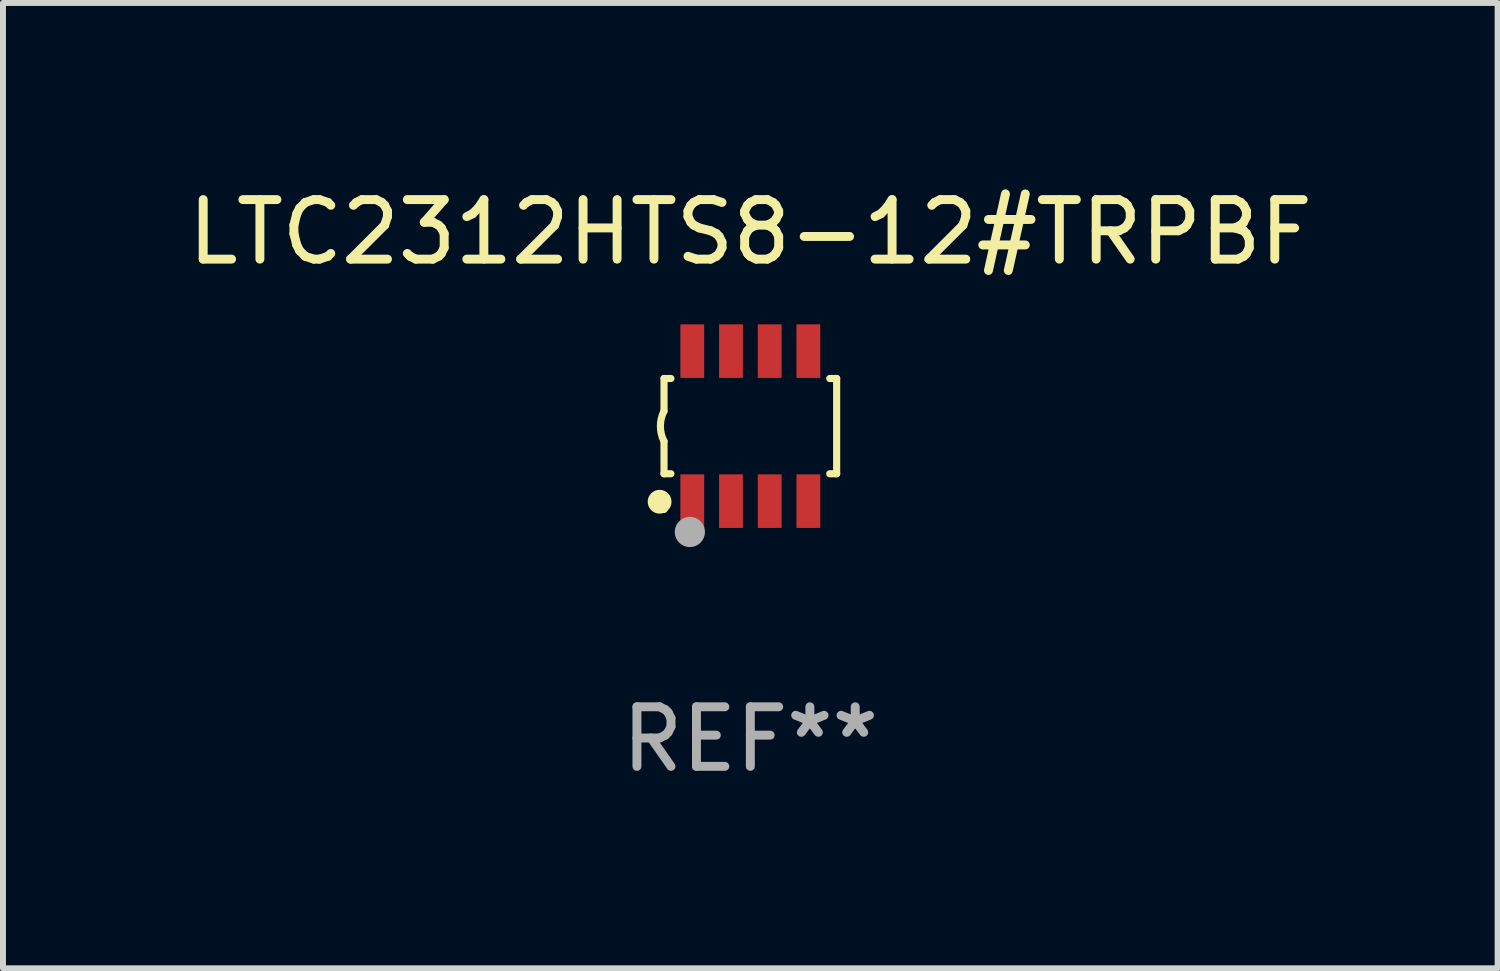
<source format=kicad_pcb>
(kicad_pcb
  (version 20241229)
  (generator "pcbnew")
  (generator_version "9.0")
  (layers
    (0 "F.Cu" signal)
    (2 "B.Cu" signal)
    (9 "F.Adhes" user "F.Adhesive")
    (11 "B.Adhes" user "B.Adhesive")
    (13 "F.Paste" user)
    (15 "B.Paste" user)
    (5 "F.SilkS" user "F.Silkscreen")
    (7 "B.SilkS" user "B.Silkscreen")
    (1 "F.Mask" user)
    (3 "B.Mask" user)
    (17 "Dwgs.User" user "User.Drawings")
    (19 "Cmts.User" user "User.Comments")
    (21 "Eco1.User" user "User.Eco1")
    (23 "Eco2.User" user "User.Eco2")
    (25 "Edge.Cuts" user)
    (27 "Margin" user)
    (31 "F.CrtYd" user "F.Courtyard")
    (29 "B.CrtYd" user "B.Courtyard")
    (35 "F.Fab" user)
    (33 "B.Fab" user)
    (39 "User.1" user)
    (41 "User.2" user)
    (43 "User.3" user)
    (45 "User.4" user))
  (footprint "LTC2312HTS8-12#TRPBF"
    (layer "F.Cu")
    (at 9.554 4.108)
    (property "Reference" "LTC2312HTS8-12#TRPBF" (at 0 -3.26 0) (layer "F.SilkS") (effects (font (size 1 1) (thickness 0.15))))
    (attr through_hole)
    (fp_line (start -1.45 -0.8) (end -1.45 -0.254) (stroke (width 0.12) (type solid)) (layer "F.SilkS"))
    (fp_line (start -1.45 -0.8) (end -1.334 -0.8) (stroke (width 0.12) (type solid)) (layer "F.SilkS"))
    (fp_line (start -1.45 0.8) (end -1.45 0.254) (stroke (width 0.12) (type solid)) (layer "F.SilkS"))
    (fp_line (start -1.45 0.8) (end -1.334 0.8) (stroke (width 0.12) (type solid)) (layer "F.SilkS"))
    (fp_line (start 1.334 -0.8) (end 1.45 -0.8) (stroke (width 0.12) (type solid)) (layer "F.SilkS"))
    (fp_line (start 1.334 0.8) (end 1.45 0.8) (stroke (width 0.12) (type solid)) (layer "F.SilkS"))
    (fp_line (start 1.45 0.8) (end 1.45 -0.8) (stroke (width 0.12) (type solid)) (layer "F.SilkS"))
    (fp_arc (start -1.45075 0.255144) (mid -1.510605 0.000434) (end -1.450013 -0.254102) (stroke (width 0.11999) (type solid)) (layer "F.SilkS"))
    (fp_circle (center -1.524 1.27) (end -1.424 1.27) (stroke (width 0.2) (type solid)) (fill no) (layer "F.SilkS"))
    (fp_circle (center -1.45 1.4) (end -1.42 1.4) (stroke (width 0.06) (type solid)) (fill no) (layer "F.SilkS"))
    (fp_circle (center -1.016 1.778) (end -0.889 1.778) (stroke (width 0.254) (type solid)) (fill no) (layer "F.Fab"))
    (fp_text user "REF**" (at 0 5.26 0) (layer "F.Fab") (effects (font (size 1 1) (thickness 0.15))))
    (pad "1" smd rect (at -0.975 1.26) (size 0.4 0.9) (layers "F.Cu" "F.Mask" "F.Paste"))
    (pad "2" smd rect (at -0.325 1.26) (size 0.4 0.9) (layers "F.Cu" "F.Mask" "F.Paste"))
    (pad "3" smd rect (at 0.325 1.26) (size 0.4 0.9) (layers "F.Cu" "F.Mask" "F.Paste"))
    (pad "4" smd rect (at 0.975 1.26) (size 0.4 0.9) (layers "F.Cu" "F.Mask" "F.Paste"))
    (pad "5" smd rect (at 0.975 -1.26) (size 0.4 0.9) (layers "F.Cu" "F.Mask" "F.Paste"))
    (pad "6" smd rect (at 0.325 -1.26) (size 0.4 0.9) (layers "F.Cu" "F.Mask" "F.Paste"))
    (pad "7" smd rect (at -0.325 -1.26) (size 0.4 0.9) (layers "F.Cu" "F.Mask" "F.Paste"))
    (pad "8" smd rect (at -0.975 -1.26) (size 0.4 0.9) (layers "F.Cu" "F.Mask" "F.Paste")))
  (gr_rect
    (start -3 -3)
    (end 22.107 13.216)
    (stroke (width 0.1) (type default))
    (fill no)
    (layer "Edge.Cuts")))
</source>
